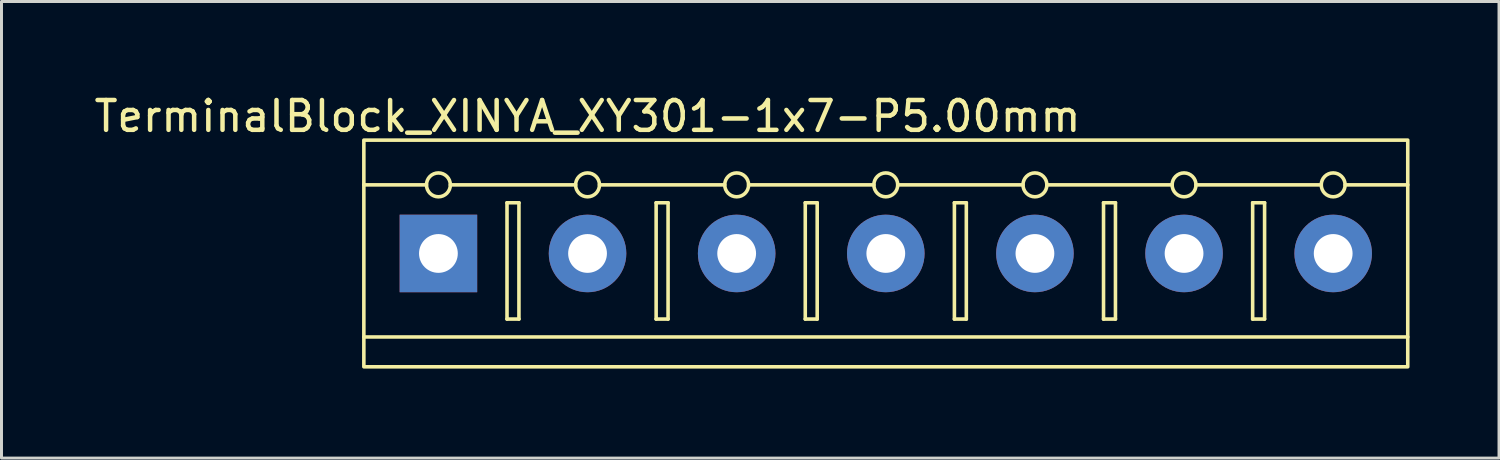
<source format=kicad_pcb>
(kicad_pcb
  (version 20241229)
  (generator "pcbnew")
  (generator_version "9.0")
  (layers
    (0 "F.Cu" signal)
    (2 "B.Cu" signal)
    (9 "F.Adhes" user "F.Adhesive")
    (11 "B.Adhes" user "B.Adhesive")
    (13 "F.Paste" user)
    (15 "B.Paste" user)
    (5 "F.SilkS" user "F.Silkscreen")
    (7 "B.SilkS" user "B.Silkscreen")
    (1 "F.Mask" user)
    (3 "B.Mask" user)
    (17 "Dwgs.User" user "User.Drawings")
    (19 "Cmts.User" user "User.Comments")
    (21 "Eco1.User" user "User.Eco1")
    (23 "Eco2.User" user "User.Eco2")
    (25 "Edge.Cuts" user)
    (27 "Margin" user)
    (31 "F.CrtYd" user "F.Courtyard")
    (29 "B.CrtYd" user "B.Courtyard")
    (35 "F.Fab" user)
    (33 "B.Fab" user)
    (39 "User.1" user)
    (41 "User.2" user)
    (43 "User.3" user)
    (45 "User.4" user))
  (footprint "TerminalBlock_XINYA_XY301-1x7-P5.00mm"
    (layer "F.Cu")
    (at 9.149 1.648)
    (property "Reference" "TerminalBlock_XINYA_XY301-1x7-P5.00mm" (at 7.5 -0.8 0) (unlocked yes) (layer "F.SilkS") (effects (font (size 1 1) (thickness 0.15))))
    (attr through_hole)
    (fp_line (start 2.1 1.5) (end 0 1.5) (stroke (width 0.12) (type solid)) (layer "F.SilkS"))
    (fp_line (start 4.8 2.1) (end 4.8 6) (stroke (width 0.12) (type solid)) (layer "F.SilkS"))
    (fp_line (start 4.8 6) (end 5.2 6) (stroke (width 0.12) (type solid)) (layer "F.SilkS"))
    (fp_line (start 5.2 2.1) (end 4.8 2.1) (stroke (width 0.12) (type solid)) (layer "F.SilkS"))
    (fp_line (start 5.2 6) (end 5.2 2.1) (stroke (width 0.12) (type solid)) (layer "F.SilkS"))
    (fp_line (start 7.1 1.5) (end 2.9 1.5) (stroke (width 0.12) (type solid)) (layer "F.SilkS"))
    (fp_line (start 9.8 2.1) (end 9.8 6) (stroke (width 0.12) (type solid)) (layer "F.SilkS"))
    (fp_line (start 9.8 6) (end 10.2 6) (stroke (width 0.12) (type solid)) (layer "F.SilkS"))
    (fp_line (start 10.2 2.1) (end 9.8 2.1) (stroke (width 0.12) (type solid)) (layer "F.SilkS"))
    (fp_line (start 10.2 6) (end 10.2 2.1) (stroke (width 0.12) (type solid)) (layer "F.SilkS"))
    (fp_line (start 12.1 1.5) (end 7.9 1.5) (stroke (width 0.12) (type solid)) (layer "F.SilkS"))
    (fp_line (start 14.8 2.1) (end 14.8 6) (stroke (width 0.12) (type solid)) (layer "F.SilkS"))
    (fp_line (start 14.8 6) (end 15.2 6) (stroke (width 0.12) (type solid)) (layer "F.SilkS"))
    (fp_line (start 15.2 2.1) (end 14.8 2.1) (stroke (width 0.12) (type solid)) (layer "F.SilkS"))
    (fp_line (start 15.2 6) (end 15.2 2.1) (stroke (width 0.12) (type solid)) (layer "F.SilkS"))
    (fp_line (start 17.1 1.5) (end 12.9 1.5) (stroke (width 0.12) (type solid)) (layer "F.SilkS"))
    (fp_line (start 19.8 2.1) (end 19.8 6) (stroke (width 0.12) (type solid)) (layer "F.SilkS"))
    (fp_line (start 19.8 6) (end 20.2 6) (stroke (width 0.12) (type solid)) (layer "F.SilkS"))
    (fp_line (start 20.2 2.1) (end 19.8 2.1) (stroke (width 0.12) (type solid)) (layer "F.SilkS"))
    (fp_line (start 20.2 6) (end 20.2 2.1) (stroke (width 0.12) (type solid)) (layer "F.SilkS"))
    (fp_line (start 22.1 1.5) (end 17.9 1.5) (stroke (width 0.12) (type solid)) (layer "F.SilkS"))
    (fp_line (start 24.8 2.1) (end 24.8 6) (stroke (width 0.12) (type solid)) (layer "F.SilkS"))
    (fp_line (start 24.8 6) (end 25.2 6) (stroke (width 0.12) (type solid)) (layer "F.SilkS"))
    (fp_line (start 25.2 2.1) (end 24.8 2.1) (stroke (width 0.12) (type solid)) (layer "F.SilkS"))
    (fp_line (start 25.2 6) (end 25.2 2.1) (stroke (width 0.12) (type solid)) (layer "F.SilkS"))
    (fp_line (start 27.1 1.5) (end 22.9 1.5) (stroke (width 0.12) (type solid)) (layer "F.SilkS"))
    (fp_line (start 29.8 2.1) (end 29.8 6) (stroke (width 0.12) (type solid)) (layer "F.SilkS"))
    (fp_line (start 29.8 6) (end 30.2 6) (stroke (width 0.12) (type solid)) (layer "F.SilkS"))
    (fp_line (start 30.2 2.1) (end 29.8 2.1) (stroke (width 0.12) (type solid)) (layer "F.SilkS"))
    (fp_line (start 30.2 6) (end 30.2 2.1) (stroke (width 0.12) (type solid)) (layer "F.SilkS"))
    (fp_line (start 32.1 1.5) (end 27.9 1.5) (stroke (width 0.12) (type solid)) (layer "F.SilkS"))
    (fp_line (start 32.9 1.5) (end 35 1.5) (stroke (width 0.12) (type solid)) (layer "F.SilkS"))
    (fp_line (start 35 6.6) (end 0 6.6) (stroke (width 0.12) (type solid)) (layer "F.SilkS"))
    (fp_rect (start 0 0) (end 35 7.6) (stroke (width 0.12) (type solid)) (fill no) (layer "F.SilkS"))
    (fp_circle (center 2.5 1.5) (end 2.9 1.5) (stroke (width 0.12) (type solid)) (fill no) (layer "F.SilkS"))
    (fp_circle (center 7.5 1.5) (end 7.9 1.5) (stroke (width 0.12) (type solid)) (fill no) (layer "F.SilkS"))
    (fp_circle (center 12.5 1.5) (end 12.9 1.5) (stroke (width 0.12) (type solid)) (fill no) (layer "F.SilkS"))
    (fp_circle (center 17.5 1.5) (end 17.9 1.5) (stroke (width 0.12) (type solid)) (fill no) (layer "F.SilkS"))
    (fp_circle (center 22.5 1.5) (end 22.9 1.5) (stroke (width 0.12) (type solid)) (fill no) (layer "F.SilkS"))
    (fp_circle (center 27.5 1.5) (end 27.9 1.5) (stroke (width 0.12) (type solid)) (fill no) (layer "F.SilkS"))
    (fp_circle (center 32.5 1.5) (end 32.9 1.5) (stroke (width 0.12) (type solid)) (fill no) (layer "F.SilkS"))
    (pad "1" thru_hole rect (at 2.5 3.8) (size 2.6 2.6) (drill 1.3) (layers "*.Cu" "*.Mask"))
    (pad "2" thru_hole circle (at 7.5 3.8) (size 2.6 2.6) (drill 1.3) (layers "*.Cu" "*.Mask"))
    (pad "3" thru_hole circle (at 12.5 3.8) (size 2.6 2.6) (drill 1.3) (layers "*.Cu" "*.Mask"))
    (pad "4" thru_hole circle (at 17.5 3.8) (size 2.6 2.6) (drill 1.3) (layers "*.Cu" "*.Mask"))
    (pad "5" thru_hole circle (at 22.5 3.8) (size 2.6 2.6) (drill 1.3) (layers "*.Cu" "*.Mask"))
    (pad "6" thru_hole circle (at 27.5 3.8) (size 2.6 2.6) (drill 1.3) (layers "*.Cu" "*.Mask"))
    (pad "7" thru_hole circle (at 32.5 3.8) (size 2.6 2.6) (drill 1.3) (layers "*.Cu" "*.Mask")))
  (gr_rect
    (start -3 -3)
    (end 47.209 12.308)
    (stroke (width 0.1) (type default))
    (fill no)
    (layer "Edge.Cuts")))
</source>
